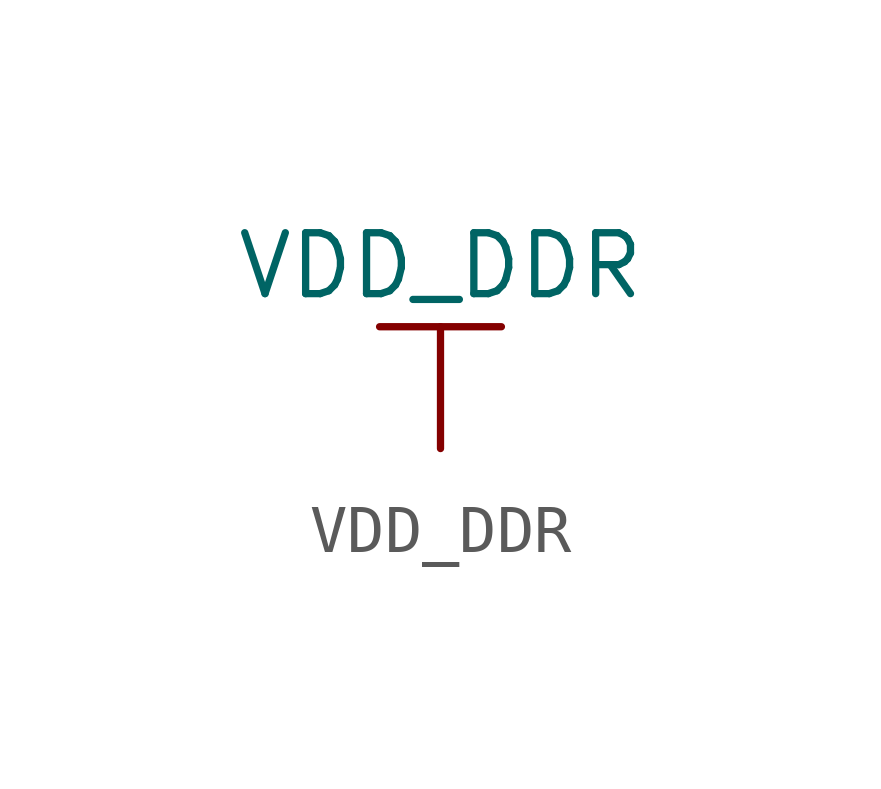
<source format=kicad_sym>
(kicad_symbol_lib
  (version 20211014)
  (generator kicad_symbol_editor)
  (symbol "VDD_DDR"
    (power)
    (pin_names
      (offset 0))
    (property "Reference" "#PWR"
      (at 0 -3.81 0)
      (effects (font (size 1.27 1.27)) hide))
    (property "Value" "VDD_DDR"
      (at 0 3.81 0)
      (effects (font (size 1.27 1.27))))
    (symbol "VDD_DDR_0_1"
      (polyline (pts (xy -1.27 2.54) (xy 1.27 2.54)) (stroke (width 0.152) (type default) (color 0 0 0 0)) (fill (type none)))
      (polyline (pts (xy 0 0) (xy 0 2.54)) (stroke (width 0.152) (type default) (color 0 0 0 0)) (fill (type none))))
    (symbol "VDD_DDR_1_1"
      (pin power_in line (at 0 0 90) (length 0) hide (name "VDD_DDR" (effects (font (size 1.27 1.27)))) (number "1" (effects (font (size 1.27 1.27))))))))
</source>
